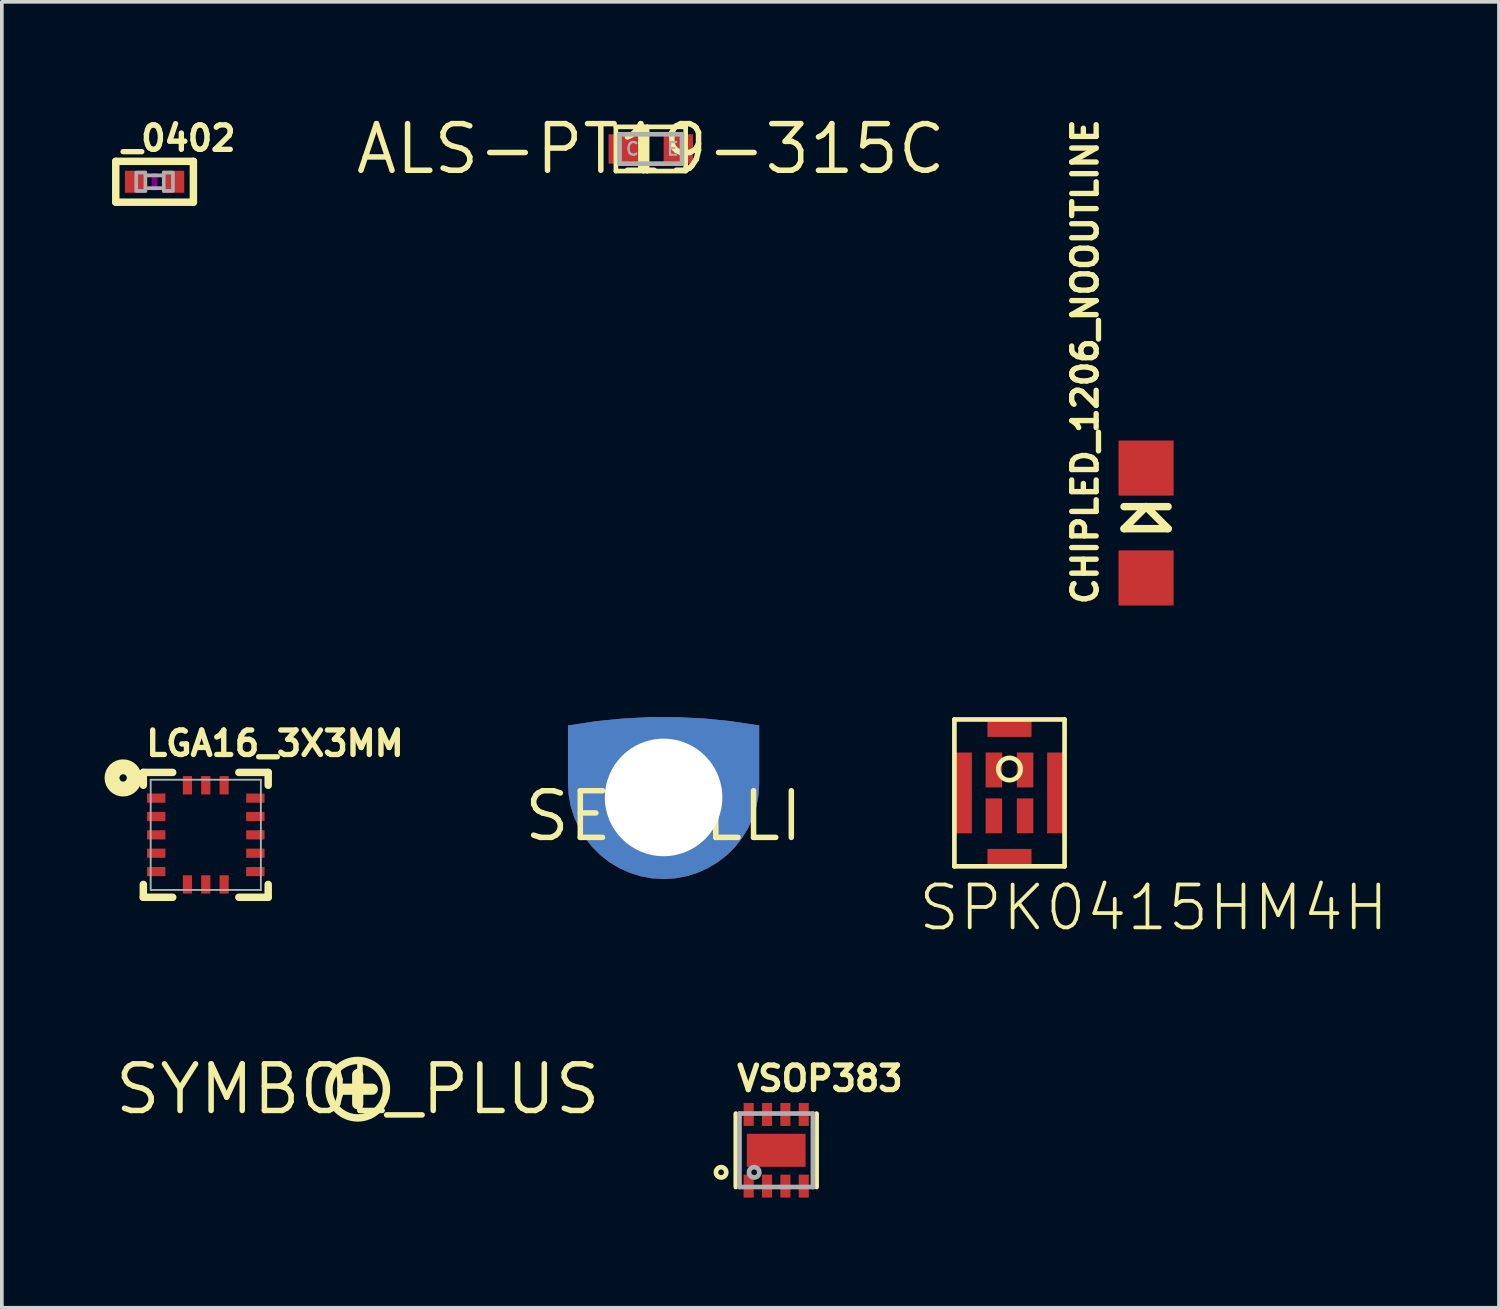
<source format=kicad_pcb>
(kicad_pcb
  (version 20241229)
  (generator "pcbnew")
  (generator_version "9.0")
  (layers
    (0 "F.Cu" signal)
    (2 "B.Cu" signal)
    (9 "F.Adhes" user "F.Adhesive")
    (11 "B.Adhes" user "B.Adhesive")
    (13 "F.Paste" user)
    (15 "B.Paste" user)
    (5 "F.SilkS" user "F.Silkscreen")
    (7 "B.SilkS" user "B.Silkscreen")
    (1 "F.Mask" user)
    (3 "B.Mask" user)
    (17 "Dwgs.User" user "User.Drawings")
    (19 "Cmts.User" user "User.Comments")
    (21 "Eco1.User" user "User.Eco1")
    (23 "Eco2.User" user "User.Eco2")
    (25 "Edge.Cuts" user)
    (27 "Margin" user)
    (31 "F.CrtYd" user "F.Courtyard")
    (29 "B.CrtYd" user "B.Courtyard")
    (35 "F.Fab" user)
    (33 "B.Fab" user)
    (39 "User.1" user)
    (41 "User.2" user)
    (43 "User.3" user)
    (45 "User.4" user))
  (footprint "SPK0415HM4H"
    (layer "F.Cu")
    (at 24.437 18.54)
    (property "Reference" "SPK0415HM4H" (at -2.54 3.81 0) (layer "F.SilkS") (effects (font (size 1.168 1.168) (thickness 0.102)) (justify left bottom)))
    (fp_line (start -1.5 -2) (end 1.5 -2) (stroke (width 0.127) (type solid)) (layer "F.SilkS"))
    (fp_line (start -1.5 2) (end -1.5 -2) (stroke (width 0.127) (type solid)) (layer "F.SilkS"))
    (fp_line (start 1.5 -2) (end 1.5 2) (stroke (width 0.127) (type solid)) (layer "F.SilkS"))
    (fp_line (start 1.5 2) (end -1.5 2) (stroke (width 0.127) (type solid)) (layer "F.SilkS"))
    (fp_circle (center 0 -0.65) (end 0.304 -0.65) (stroke (width 0.127) (type solid)) (fill no) (layer "F.SilkS"))
    (pad "1" smd rect (at 0.425 0.625 90) (size 0.95 0.45) (layers "F.Cu" "F.Mask" "F.Paste"))
    (pad "2" smd rect (at 0.425 -0.625 90) (size 0.95 0.45) (layers "F.Cu" "F.Mask" "F.Paste"))
    (pad "3" smd rect (at -0.425 -0.625 90) (size 0.95 0.45) (layers "F.Cu" "F.Mask" "F.Paste"))
    (pad "4" smd rect (at -0.425 0.625 90) (size 0.95 0.45) (layers "F.Cu" "F.Mask" "F.Paste"))
    (pad "5" smd rect (at 0 1.75) (size 1.2 0.45) (layers "F.Cu" "F.Mask" "F.Paste"))
    (pad "6" smd rect (at 1.25 0 90) (size 2.2 0.45) (layers "F.Cu" "F.Mask" "F.Paste"))
    (pad "7" smd rect (at 0 -1.75) (size 1.2 0.45) (layers "F.Cu" "F.Mask" "F.Paste"))
    (pad "8" smd rect (at -1.25 0 90) (size 2.2 0.45) (layers "F.Cu" "F.Mask" "F.Paste")))
  (footprint "SYMBOL_PLUS"
    (layer "F.Cu")
    (at 6.69 26.607)
    (property "Reference" "SYMBOL_PLUS" (at 0 0 0) (layer "F.SilkS") (effects (font (size 1.27 1.27) (thickness 0.15))))
    (fp_line (start 0 -0.397) (end 0 0.397) (stroke (width 0.305) (type solid)) (layer "F.SilkS"))
    (fp_line (start 0.397 0) (end -0.397 0) (stroke (width 0.305) (type solid)) (layer "F.SilkS"))
    (fp_circle (center 0 0) (end 0.782 0) (stroke (width 0.203) (type solid)) (fill no) (layer "F.SilkS")))
  (footprint "SEWALLI"
    (layer "F.Cu")
    (at 15.019 19.171)
    (property "Reference" "SEWALLI" (at 0 0 0) (layer "F.SilkS") (effects (font (size 1.27 1.27) (thickness 0.15))))
    (fp_poly (pts (xy 1.098 -2.658) (xy 1.827 -2.585) (xy 2.603 -2.468) (xy 2.603 -0.887) (xy 2.585 -0.575) (xy 2.528 -0.266) (xy 2.434 0.034) (xy 2.305 0.321) (xy 2.143 0.59) (xy 1.949 0.838) (xy 1.727 1.06) (xy 1.479 1.254) (xy 1.21 1.416) (xy 0.923 1.545) (xy 0.623 1.639) (xy 0.314 1.696) (xy 0 1.715) (xy -0.314 1.696) (xy -0.623 1.639) (xy -0.923 1.545) (xy -1.21 1.416) (xy -1.479 1.254) (xy -1.727 1.06) (xy -1.949 0.838) (xy -2.143 0.59) (xy -2.305 0.321) (xy -2.434 0.034) (xy -2.528 -0.266) (xy -2.585 -0.575) (xy -2.603 -0.887) (xy -2.603 -2.468) (xy -1.827 -2.585) (xy -1.098 -2.658) (xy -0.366 -2.694) (xy 0.366 -2.694)) (stroke (width 0) (type default)) (fill yes) (layer "F.Cu"))
    (fp_poly (pts (xy 1.098 -2.658) (xy 1.827 -2.585) (xy 2.603 -2.468) (xy 2.603 -0.887) (xy 2.585 -0.575) (xy 2.528 -0.266) (xy 2.434 0.034) (xy 2.305 0.321) (xy 2.143 0.59) (xy 1.949 0.838) (xy 1.727 1.06) (xy 1.479 1.254) (xy 1.21 1.416) (xy 0.923 1.545) (xy 0.623 1.639) (xy 0.314 1.696) (xy 0 1.715) (xy -0.314 1.696) (xy -0.623 1.639) (xy -0.923 1.545) (xy -1.21 1.416) (xy -1.479 1.254) (xy -1.727 1.06) (xy -1.949 0.838) (xy -2.143 0.59) (xy -2.305 0.321) (xy -2.434 0.034) (xy -2.528 -0.266) (xy -2.585 -0.575) (xy -2.603 -0.887) (xy -2.603 -2.468) (xy -1.827 -2.585) (xy -1.098 -2.658) (xy -0.366 -2.694) (xy 0.366 -2.694)) (stroke (width 0) (type default)) (fill yes) (layer "F.Mask"))
    (fp_poly (pts (xy 1.098 -2.658) (xy 1.827 -2.585) (xy 2.603 -2.468) (xy 2.603 -0.887) (xy 2.585 -0.575) (xy 2.528 -0.266) (xy 2.434 0.034) (xy 2.305 0.321) (xy 2.143 0.59) (xy 1.949 0.838) (xy 1.727 1.06) (xy 1.479 1.254) (xy 1.21 1.416) (xy 0.923 1.545) (xy 0.623 1.639) (xy 0.314 1.696) (xy 0 1.715) (xy -0.314 1.696) (xy -0.623 1.639) (xy -0.923 1.545) (xy -1.21 1.416) (xy -1.479 1.254) (xy -1.727 1.06) (xy -1.949 0.838) (xy -2.143 0.59) (xy -2.305 0.321) (xy -2.434 0.034) (xy -2.528 -0.266) (xy -2.585 -0.575) (xy -2.603 -0.887) (xy -2.603 -2.468) (xy -1.827 -2.585) (xy -1.098 -2.658) (xy -0.366 -2.694) (xy 0.366 -2.694)) (stroke (width 0) (type default)) (fill yes) (layer "B.Cu"))
    (fp_poly (pts (xy 1.098 -2.658) (xy 1.827 -2.585) (xy 2.603 -2.468) (xy 2.603 -0.887) (xy 2.585 -0.575) (xy 2.528 -0.266) (xy 2.434 0.034) (xy 2.305 0.321) (xy 2.143 0.59) (xy 1.949 0.838) (xy 1.727 1.06) (xy 1.479 1.254) (xy 1.21 1.416) (xy 0.923 1.545) (xy 0.623 1.639) (xy 0.314 1.696) (xy 0 1.715) (xy -0.314 1.696) (xy -0.623 1.639) (xy -0.923 1.545) (xy -1.21 1.416) (xy -1.479 1.254) (xy -1.727 1.06) (xy -1.949 0.838) (xy -2.143 0.59) (xy -2.305 0.321) (xy -2.434 0.034) (xy -2.528 -0.266) (xy -2.585 -0.575) (xy -2.603 -0.887) (xy -2.603 -2.468) (xy -1.827 -2.585) (xy -1.098 -2.658) (xy -0.366 -2.694) (xy 0.366 -2.694)) (stroke (width 0) (type default)) (fill yes) (layer "B.Mask"))
    (pad "P$1" thru_hole circle (at 0 -0.508) (size 4.216 4.216) (drill 3.2) (layers "*.Cu" "*.Mask")))
  (footprint "VSOP383"
    (layer "F.Cu")
    (at 18.085 28.271)
    (property "Reference" "VSOP383" (at -1.141 -1.565 0) (layer "F.SilkS") (effects (font (size 0.666 0.666) (thickness 0.146)) (justify left bottom)))
    (fp_line (start -1.1 -1) (end -1.1 1) (stroke (width 0.127) (type solid)) (layer "F.SilkS"))
    (fp_line (start 1.1 -1) (end 1.1 1) (stroke (width 0.127) (type solid)) (layer "F.SilkS"))
    (fp_circle (center -1.5 0.6) (end -1.359 0.6) (stroke (width 0.127) (type solid)) (fill no) (layer "F.SilkS"))
    (fp_poly (pts (xy -0.635 0.254) (xy -0.127 0.254) (xy -0.127 -0.254) (xy -0.635 -0.254)) (stroke (width 0) (type default)) (fill yes) (layer "F.Paste"))
    (fp_poly (pts (xy 0.127 0.254) (xy 0.635 0.254) (xy 0.635 -0.254) (xy 0.127 -0.254)) (stroke (width 0) (type default)) (fill yes) (layer "F.Paste"))
    (fp_line (start -1 -1) (end 1 -1) (stroke (width 0.127) (type solid)) (layer "F.Fab"))
    (fp_line (start -1 1) (end -1 -1) (stroke (width 0.127) (type solid)) (layer "F.Fab"))
    (fp_line (start 1 -1) (end 1 1) (stroke (width 0.127) (type solid)) (layer "F.Fab"))
    (fp_line (start 1 1) (end -1 1) (stroke (width 0.127) (type solid)) (layer "F.Fab"))
    (fp_circle (center -0.6 0.6) (end -0.459 0.6) (stroke (width 0.127) (type solid)) (fill no) (layer "F.Fab"))
    (pad "1" smd rect (at -0.75 0.975) (size 0.275 0.625) (layers "F.Cu" "F.Mask" "F.Paste"))
    (pad "2" smd rect (at -0.25 0.975) (size 0.275 0.625) (layers "F.Cu" "F.Mask" "F.Paste"))
    (pad "3" smd rect (at 0.25 0.975) (size 0.275 0.625) (layers "F.Cu" "F.Mask" "F.Paste"))
    (pad "4" smd rect (at 0.75 0.975) (size 0.275 0.625) (layers "F.Cu" "F.Mask" "F.Paste"))
    (pad "5" smd rect (at 0.75 -0.975) (size 0.275 0.625) (layers "F.Cu" "F.Mask" "F.Paste"))
    (pad "6" smd rect (at 0.25 -0.975) (size 0.275 0.625) (layers "F.Cu" "F.Mask" "F.Paste"))
    (pad "7" smd rect (at -0.25 -0.975) (size 0.275 0.625) (layers "F.Cu" "F.Mask" "F.Paste"))
    (pad "8" smd rect (at -0.75 -0.975) (size 0.275 0.625) (layers "F.Cu" "F.Mask" "F.Paste"))
    (pad "THERMAL" smd rect (at 0 0 90) (size 0.9 1.6) (layers "F.Cu" "F.Mask")))
  (footprint "ALS-PT19-315C"
    (layer "F.Cu")
    (at 14.67 1.006)
    (property "Reference" "ALS-PT19-315C" (at 0 0 0) (layer "F.SilkS") (effects (font (size 1.27 1.27) (thickness 0.15))))
    (fp_line (start -0.95 -0.602) (end -0.2 -0.602) (stroke (width 0.127) (type solid)) (layer "F.SilkS"))
    (fp_line (start -0.95 0.602) (end -0.95 -0.602) (stroke (width 0.127) (type solid)) (layer "F.SilkS"))
    (fp_line (start -0.2 -0.602) (end -0.2 0.602) (stroke (width 0.127) (type solid)) (layer "F.SilkS"))
    (fp_line (start -0.2 -0.602) (end -0.1 -0.602) (stroke (width 0.127) (type solid)) (layer "F.SilkS"))
    (fp_line (start -0.2 0.602) (end -0.95 0.602) (stroke (width 0.127) (type solid)) (layer "F.SilkS"))
    (fp_line (start -0.2 0.602) (end -0.1 0.602) (stroke (width 0.127) (type solid)) (layer "F.SilkS"))
    (fp_line (start -0.1 -0.602) (end 0.95 -0.602) (stroke (width 0.127) (type solid)) (layer "F.SilkS"))
    (fp_line (start -0.1 0.602) (end -0.1 -0.602) (stroke (width 0.127) (type solid)) (layer "F.SilkS"))
    (fp_line (start 0.95 -0.602) (end 0.95 0.602) (stroke (width 0.127) (type solid)) (layer "F.SilkS"))
    (fp_line (start 0.95 0.602) (end -0.1 0.602) (stroke (width 0.127) (type solid)) (layer "F.SilkS"))
    (fp_line (start -0.85 -0.4) (end 0.85 -0.4) (stroke (width 0.127) (type solid)) (layer "F.Fab"))
    (fp_line (start -0.85 0.4) (end -0.85 -0.4) (stroke (width 0.127) (type solid)) (layer "F.Fab"))
    (fp_line (start 0.85 -0.4) (end 0.85 0.4) (stroke (width 0.127) (type solid)) (layer "F.Fab"))
    (fp_line (start 0.85 0.4) (end -0.85 0.4) (stroke (width 0.127) (type solid)) (layer "F.Fab"))
    (fp_text user "C" (at -0.5 0 0) (layer "F.Fab") (effects (font (size 0.345 0.345) (thickness 0.061))))
    (fp_text user "E" (at 0.6 0 0) (layer "F.Fab") (effects (font (size 0.345 0.345) (thickness 0.061))))
    (pad "C" smd rect (at -0.75 0) (size 0.8 0.8) (layers "F.Cu" "F.Mask" "F.Paste"))
    (pad "E" smd rect (at 0.75 0) (size 0.8 0.8) (layers "F.Cu" "F.Mask" "F.Paste")))
  (footprint "CHIPLED_1206_NOOUTLINE"
    (layer "F.Cu")
    (at 28.156 11.191)
    (property "Reference" "CHIPLED_1206_NOOUTLINE" (at -1.27 2.286 90) (layer "F.SilkS") (effects (font (size 0.666 0.666) (thickness 0.146)) (justify left bottom)))
    (fp_line (start -0.6 -0.446) (end 0 -0.446) (stroke (width 0.203) (type solid)) (layer "F.SilkS"))
    (fp_line (start -0.6 0.154) (end 0.6 0.154) (stroke (width 0.203) (type solid)) (layer "F.SilkS"))
    (fp_line (start 0 -0.446) (end -0.6 0.154) (stroke (width 0.203) (type solid)) (layer "F.SilkS"))
    (fp_line (start 0 -0.446) (end 0.6 -0.446) (stroke (width 0.203) (type solid)) (layer "F.SilkS"))
    (fp_line (start 0.6 0.154) (end 0 -0.446) (stroke (width 0.203) (type solid)) (layer "F.SilkS"))
    (pad "A" smd rect (at 0 1.496) (size 1.5 1.5) (layers "F.Cu" "F.Mask" "F.Paste"))
    (pad "C" smd rect (at 0 -1.496) (size 1.5 1.5) (layers "F.Cu" "F.Mask" "F.Paste")))
  (footprint "LGA16_3X3MM"
    (layer "F.Cu")
    (at 2.553 19.682)
    (property "Reference" "LGA16_3X3MM" (at -1.7 -2.1 0) (layer "F.SilkS") (effects (font (size 0.666 0.666) (thickness 0.146)) (justify left bottom)))
    (fp_line (start -1.7 -1.7) (end -1.7 -1.35) (stroke (width 0.203) (type solid)) (layer "F.SilkS"))
    (fp_line (start -1.7 1.7) (end -1.7 1.35) (stroke (width 0.203) (type solid)) (layer "F.SilkS"))
    (fp_line (start -0.9 -1.7) (end -1.7 -1.7) (stroke (width 0.203) (type solid)) (layer "F.SilkS"))
    (fp_line (start -0.9 1.7) (end -1.7 1.7) (stroke (width 0.203) (type solid)) (layer "F.SilkS"))
    (fp_line (start 0.9 -1.7) (end 1.7 -1.7) (stroke (width 0.203) (type solid)) (layer "F.SilkS"))
    (fp_line (start 1.7 -1.7) (end 1.7 -1.35) (stroke (width 0.203) (type solid)) (layer "F.SilkS"))
    (fp_line (start 1.7 1.35) (end 1.7 1.7) (stroke (width 0.203) (type solid)) (layer "F.SilkS"))
    (fp_line (start 1.7 1.7) (end 0.9 1.7) (stroke (width 0.203) (type solid)) (layer "F.SilkS"))
    (fp_circle (center -2.25 -1.55) (end -2.15 -1.55) (stroke (width 0.406) (type solid)) (fill no) (layer "F.SilkS"))
    (fp_line (start -1.5 -1.5) (end 1.5 -1.5) (stroke (width 0.051) (type solid)) (layer "F.Fab"))
    (fp_line (start -1.5 1.5) (end -1.5 -1.5) (stroke (width 0.051) (type solid)) (layer "F.Fab"))
    (fp_line (start 1.5 -1.5) (end 1.5 1.5) (stroke (width 0.051) (type solid)) (layer "F.Fab"))
    (fp_line (start 1.5 1.5) (end -1.5 1.5) (stroke (width 0.051) (type solid)) (layer "F.Fab"))
    (pad "1" smd rect (at -1.35 -1) (size 0.5 0.25) (layers "F.Cu" "F.Mask" "F.Paste"))
    (pad "2" smd rect (at -1.35 -0.5) (size 0.5 0.25) (layers "F.Cu" "F.Mask" "F.Paste"))
    (pad "3" smd rect (at -1.35 0) (size 0.5 0.25) (layers "F.Cu" "F.Mask" "F.Paste"))
    (pad "4" smd rect (at -1.35 0.5) (size 0.5 0.25) (layers "F.Cu" "F.Mask" "F.Paste"))
    (pad "5" smd rect (at -1.35 1) (size 0.5 0.25) (layers "F.Cu" "F.Mask" "F.Paste"))
    (pad "6" smd rect (at -0.5 1.35 90) (size 0.5 0.25) (layers "F.Cu" "F.Mask" "F.Paste"))
    (pad "7" smd rect (at 0 1.35 90) (size 0.5 0.25) (layers "F.Cu" "F.Mask" "F.Paste"))
    (pad "8" smd rect (at 0.5 1.35 90) (size 0.5 0.25) (layers "F.Cu" "F.Mask" "F.Paste"))
    (pad "9" smd rect (at 1.35 1 180) (size 0.5 0.25) (layers "F.Cu" "F.Mask" "F.Paste"))
    (pad "10" smd rect (at 1.35 0.5 180) (size 0.5 0.25) (layers "F.Cu" "F.Mask" "F.Paste"))
    (pad "11" smd rect (at 1.35 0 180) (size 0.5 0.25) (layers "F.Cu" "F.Mask" "F.Paste"))
    (pad "12" smd rect (at 1.35 -0.5 180) (size 0.5 0.25) (layers "F.Cu" "F.Mask" "F.Paste"))
    (pad "13" smd rect (at 1.35 -1 180) (size 0.5 0.25) (layers "F.Cu" "F.Mask" "F.Paste"))
    (pad "14" smd rect (at 0.5 -1.35 270) (size 0.5 0.25) (layers "F.Cu" "F.Mask" "F.Paste"))
    (pad "15" smd rect (at 0 -1.35 270) (size 0.5 0.25) (layers "F.Cu" "F.Mask" "F.Paste"))
    (pad "16" smd rect (at -0.5 -1.35 270) (size 0.5 0.25) (layers "F.Cu" "F.Mask" "F.Paste")))
  (footprint "_0402"
    (layer "F.Cu")
    (at 1.159 1.899)
    (property "Reference" "_0402" (at -0.953 -0.794 0) (layer "F.SilkS") (effects (font (size 0.666 0.666) (thickness 0.146)) (justify left bottom)))
    (fp_line (start -1.057 -0.556) (end 1.057 -0.556) (stroke (width 0.203) (type solid)) (layer "F.SilkS"))
    (fp_line (start -1.057 0.556) (end -1.057 -0.556) (stroke (width 0.203) (type solid)) (layer "F.SilkS"))
    (fp_line (start 1.057 -0.556) (end 1.057 0.556) (stroke (width 0.203) (type solid)) (layer "F.SilkS"))
    (fp_line (start 1.057 0.556) (end -1.057 0.556) (stroke (width 0.203) (type solid)) (layer "F.SilkS"))
    (fp_poly (pts (xy -0.079 0.238) (xy 0.079 0.238) (xy 0.079 -0.238) (xy -0.079 -0.238)) (stroke (width 0) (type default)) (fill yes) (layer "F.Adhes"))
    (fp_line (start -0.245 -0.174) (end 0.245 -0.174) (stroke (width 0.102) (type solid)) (layer "F.Fab"))
    (fp_line (start 0.245 0.174) (end -0.245 0.174) (stroke (width 0.102) (type solid)) (layer "F.Fab"))
    (fp_poly (pts (xy -0.5 0.25) (xy -0.25 0.25) (xy -0.25 -0.25) (xy -0.5 -0.25)) (stroke (width 0.1) (type default)) (fill no) (layer "F.Fab"))
    (fp_poly (pts (xy 0.25 0.25) (xy 0.5 0.25) (xy 0.5 -0.25) (xy 0.25 -0.25)) (stroke (width 0.1) (type default)) (fill no) (layer "F.Fab"))
    (pad "1" smd rect (at -0.508 0) (size 0.6 0.6) (layers "F.Cu" "F.Mask" "F.Paste"))
    (pad "2" smd rect (at 0.508 0) (size 0.6 0.6) (layers "F.Cu" "F.Mask" "F.Paste")))
  (gr_rect
    (start -3 -3)
    (end 37.765 32.559)
    (stroke (width 0.1) (type default))
    (fill no)
    (layer "Edge.Cuts")))
</source>
